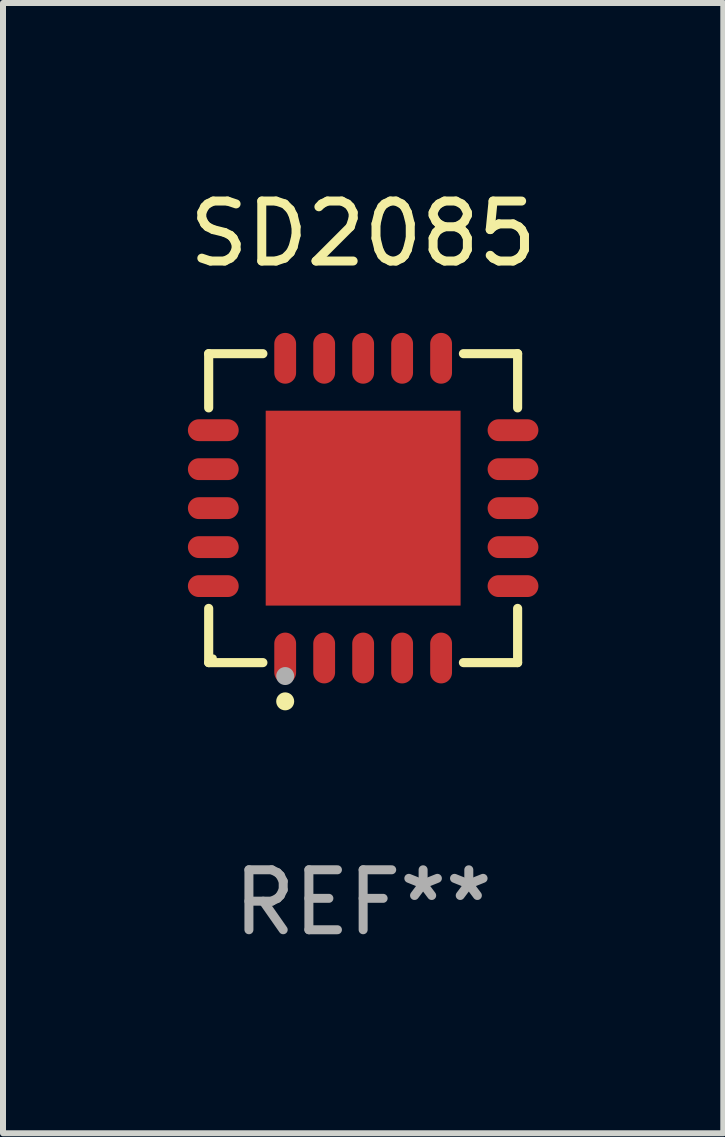
<source format=kicad_pcb>
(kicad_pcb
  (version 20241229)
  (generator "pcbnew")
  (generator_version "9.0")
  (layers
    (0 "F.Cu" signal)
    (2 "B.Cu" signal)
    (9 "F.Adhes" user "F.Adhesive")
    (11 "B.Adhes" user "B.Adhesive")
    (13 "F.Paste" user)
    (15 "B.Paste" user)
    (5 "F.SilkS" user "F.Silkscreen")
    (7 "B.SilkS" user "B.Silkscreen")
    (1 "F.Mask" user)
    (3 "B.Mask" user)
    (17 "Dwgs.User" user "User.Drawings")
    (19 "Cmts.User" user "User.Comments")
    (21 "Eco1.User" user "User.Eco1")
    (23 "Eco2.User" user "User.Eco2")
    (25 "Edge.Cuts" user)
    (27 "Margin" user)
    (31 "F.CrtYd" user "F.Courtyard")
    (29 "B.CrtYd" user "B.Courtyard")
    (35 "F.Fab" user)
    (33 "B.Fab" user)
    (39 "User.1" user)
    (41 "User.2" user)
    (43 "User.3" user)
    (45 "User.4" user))
  (footprint "SD2085"
    (layer "F.Cu")
    (at 3.006 5.424)
    (property "Reference" "SD2085" (at 0 -4.576 0) (layer "F.SilkS") (effects (font (size 1 1) (thickness 0.15))))
    (attr through_hole)
    (fp_line (start -2.576 -2.576) (end -1.672 -2.576) (stroke (width 0.152) (type solid)) (layer "F.SilkS"))
    (fp_line (start -2.576 -1.672) (end -2.576 -2.576) (stroke (width 0.152) (type solid)) (layer "F.SilkS"))
    (fp_line (start -2.576 1.672) (end -2.576 2.576) (stroke (width 0.152) (type solid)) (layer "F.SilkS"))
    (fp_line (start -2.576 2.576) (end -1.672 2.576) (stroke (width 0.152) (type solid)) (layer "F.SilkS"))
    (fp_line (start 2.576 -2.576) (end 1.672 -2.576) (stroke (width 0.152) (type solid)) (layer "F.SilkS"))
    (fp_line (start 2.576 -1.672) (end 2.576 -2.576) (stroke (width 0.152) (type solid)) (layer "F.SilkS"))
    (fp_line (start 2.576 1.672) (end 2.576 2.576) (stroke (width 0.152) (type solid)) (layer "F.SilkS"))
    (fp_line (start 2.576 2.576) (end 1.672 2.576) (stroke (width 0.152) (type solid)) (layer "F.SilkS"))
    (fp_circle (center -2.5 2.5) (end -2.47 2.5) (stroke (width 0.06) (type solid)) (fill no) (layer "F.SilkS"))
    (fp_circle (center -1.3 3.222) (end -1.225 3.222) (stroke (width 0.15) (type solid)) (fill no) (layer "F.SilkS"))
    (fp_circle (center -1.3 2.8) (end -1.225 2.8) (stroke (width 0.15) (type solid)) (fill no) (layer "F.Fab"))
    (fp_text user "REF**" (at 0 6.576 0) (layer "F.Fab") (effects (font (size 1 1) (thickness 0.15))))
    (pad "1" smd oval (at -1.3 2.499) (size 0.364 0.847) (layers "F.Cu" "F.Mask" "F.Paste"))
    (pad "2" smd oval (at -0.65 2.499) (size 0.364 0.847) (layers "F.Cu" "F.Mask" "F.Paste"))
    (pad "3" smd oval (at 0 2.499) (size 0.364 0.847) (layers "F.Cu" "F.Mask" "F.Paste"))
    (pad "4" smd oval (at 0.65 2.499) (size 0.364 0.847) (layers "F.Cu" "F.Mask" "F.Paste"))
    (pad "5" smd oval (at 1.3 2.499) (size 0.364 0.847) (layers "F.Cu" "F.Mask" "F.Paste"))
    (pad "6" smd oval (at 2.499 1.3) (size 0.847 0.364) (layers "F.Cu" "F.Mask" "F.Paste"))
    (pad "7" smd oval (at 2.499 0.65) (size 0.847 0.364) (layers "F.Cu" "F.Mask" "F.Paste"))
    (pad "8" smd oval (at 2.499 0) (size 0.847 0.364) (layers "F.Cu" "F.Mask" "F.Paste"))
    (pad "9" smd oval (at 2.499 -0.65) (size 0.847 0.364) (layers "F.Cu" "F.Mask" "F.Paste"))
    (pad "10" smd oval (at 2.499 -1.3) (size 0.847 0.364) (layers "F.Cu" "F.Mask" "F.Paste"))
    (pad "11" smd oval (at 1.3 -2.499) (size 0.364 0.847) (layers "F.Cu" "F.Mask" "F.Paste"))
    (pad "12" smd oval (at 0.65 -2.499) (size 0.364 0.847) (layers "F.Cu" "F.Mask" "F.Paste"))
    (pad "13" smd oval (at 0 -2.499) (size 0.364 0.847) (layers "F.Cu" "F.Mask" "F.Paste"))
    (pad "14" smd oval (at -0.65 -2.499) (size 0.364 0.847) (layers "F.Cu" "F.Mask" "F.Paste"))
    (pad "15" smd oval (at -1.3 -2.499) (size 0.364 0.847) (layers "F.Cu" "F.Mask" "F.Paste"))
    (pad "16" smd oval (at -2.499 -1.3) (size 0.847 0.364) (layers "F.Cu" "F.Mask" "F.Paste"))
    (pad "17" smd oval (at -2.499 -0.65) (size 0.847 0.364) (layers "F.Cu" "F.Mask" "F.Paste"))
    (pad "18" smd oval (at -2.499 0) (size 0.847 0.364) (layers "F.Cu" "F.Mask" "F.Paste"))
    (pad "19" smd oval (at -2.499 0.65) (size 0.847 0.364) (layers "F.Cu" "F.Mask" "F.Paste"))
    (pad "20" smd oval (at -2.499 1.3) (size 0.847 0.364) (layers "F.Cu" "F.Mask" "F.Paste"))
    (pad "21" smd rect (at 0 0) (size 3.25 3.25) (layers "F.Cu" "F.Mask" "F.Paste")))
  (gr_rect
    (start -3 -3)
    (end 9.012 15.849)
    (stroke (width 0.1) (type default))
    (fill no)
    (layer "Edge.Cuts")))
</source>
